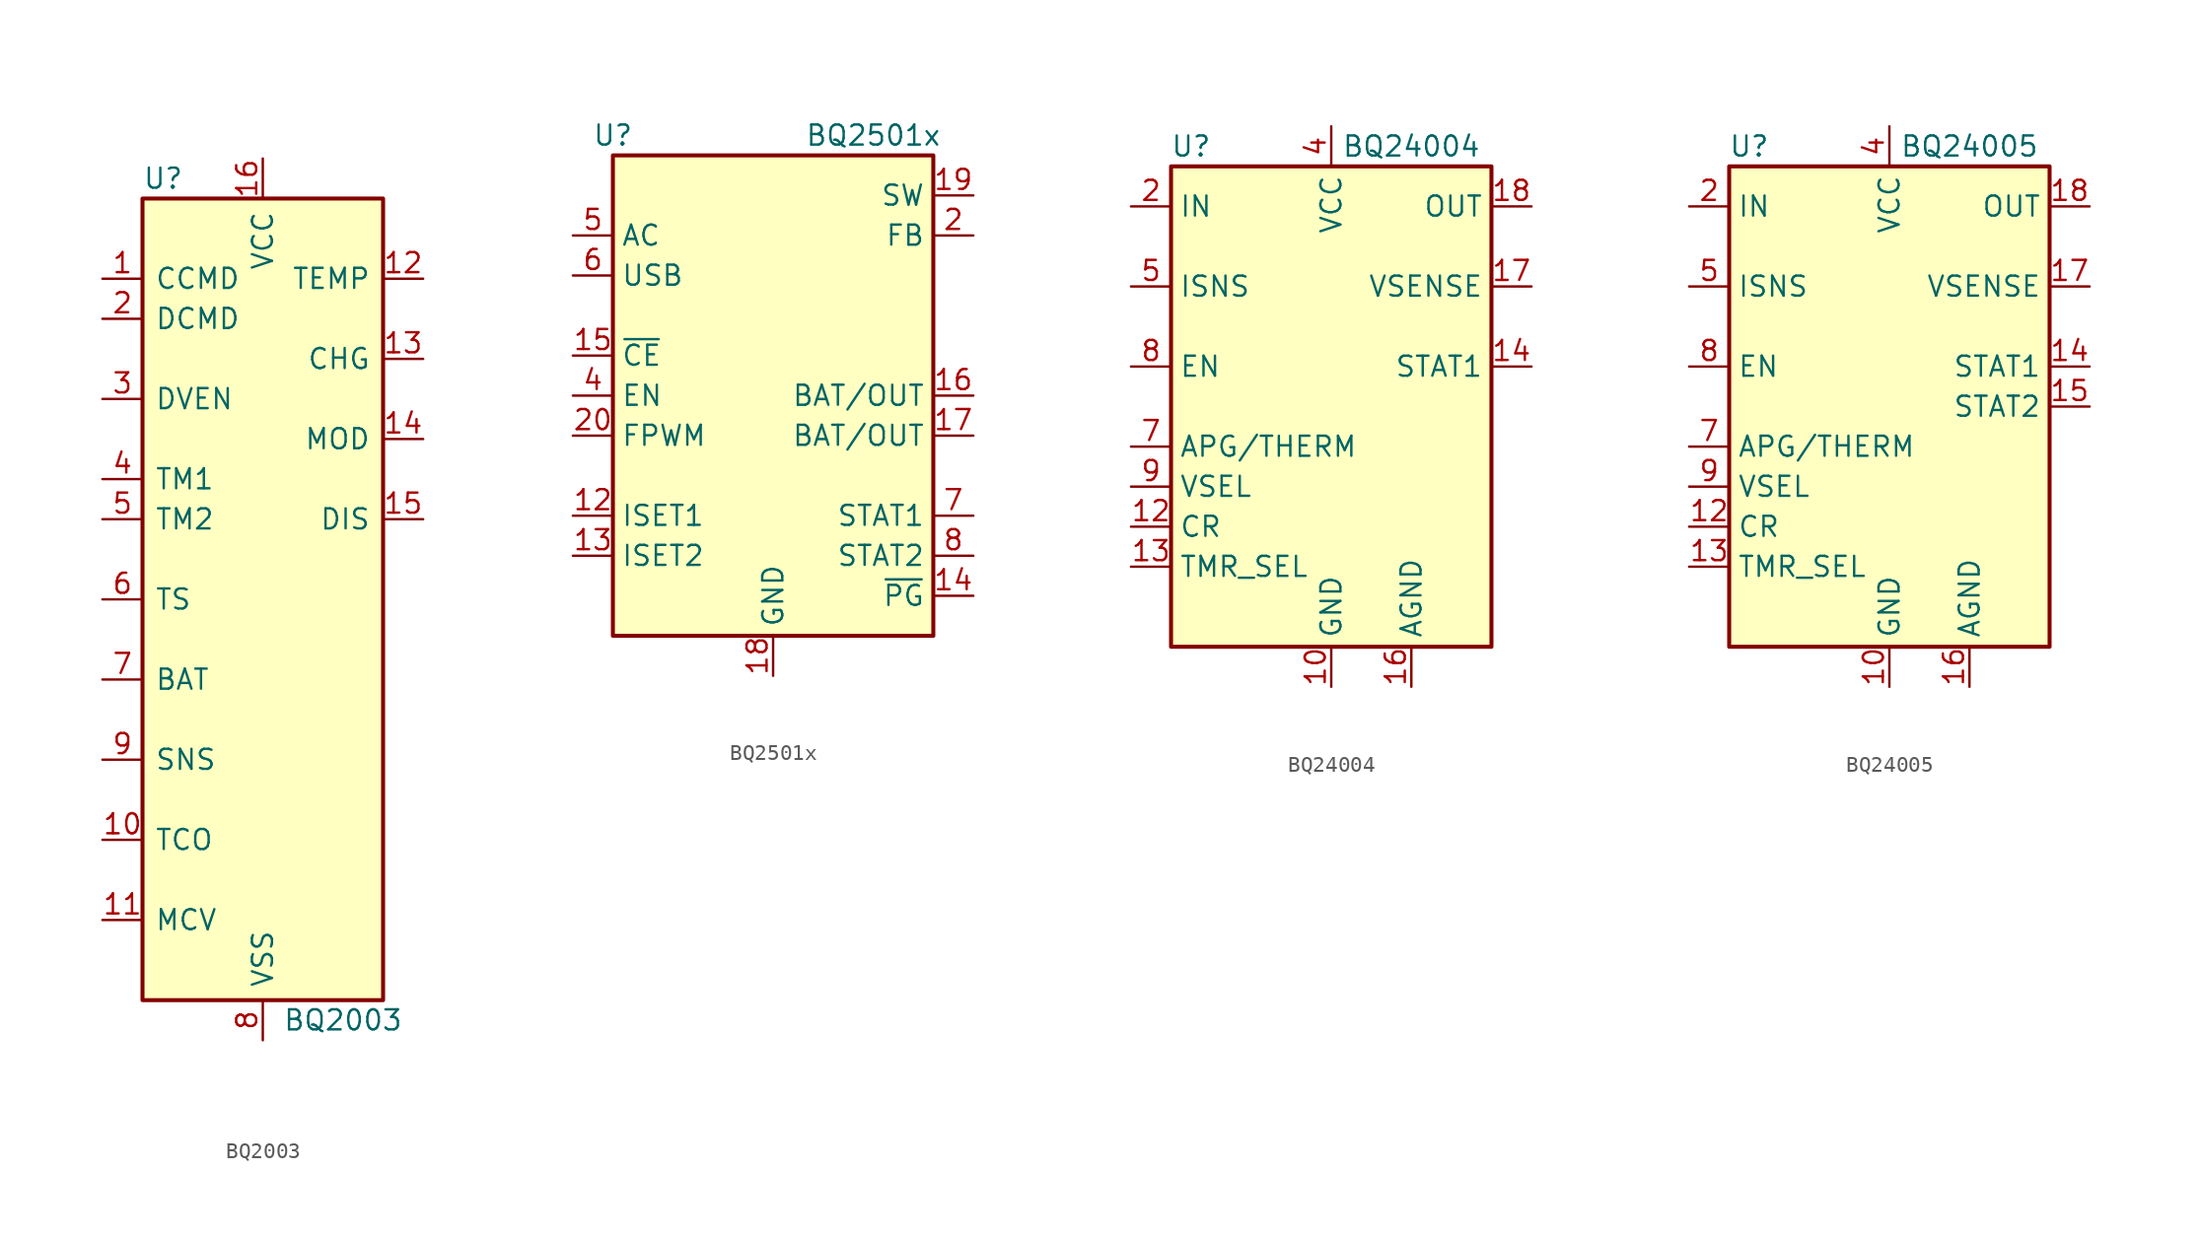
<source format=kicad_sym>
(kicad_symbol_lib
  (version 20201005)
  (generator kicad_symbol_editor)
  (symbol "Battery_Management:BQ2003"
    (pin_names
      (offset 0.762))
    (property "Reference" "U"
      (at -7.62 26.67 0)
      (effects (font (size 1.27 1.27)) (justify left)))
    (property "Value" "BQ2003"
      (at 5.08 -26.67 0)
      (effects (font (size 1.27 1.27))))
    (symbol "BQ2003_0_1"
      (rectangle (start -7.62 -25.4) (end 7.62 25.4) (stroke (width 0.254)) (fill (type background))))
    (symbol "BQ2003_1_1"
      (pin input line (at -10.16 20.32 0) (length 2.54) (name "CCMD" (effects (font (size 1.27 1.27)))) (number "1" (effects (font (size 1.27 1.27)))))
      (pin input line (at -10.16 -15.24 0) (length 2.54) (name "TCO" (effects (font (size 1.27 1.27)))) (number "10" (effects (font (size 1.27 1.27)))))
      (pin input line (at -10.16 -20.32 0) (length 2.54) (name "MCV" (effects (font (size 1.27 1.27)))) (number "11" (effects (font (size 1.27 1.27)))))
      (pin output line (at 10.16 20.32 180) (length 2.54) (name "TEMP" (effects (font (size 1.27 1.27)))) (number "12" (effects (font (size 1.27 1.27)))))
      (pin output line (at 10.16 15.24 180) (length 2.54) (name "CHG" (effects (font (size 1.27 1.27)))) (number "13" (effects (font (size 1.27 1.27)))))
      (pin output line (at 10.16 10.16 180) (length 2.54) (name "MOD" (effects (font (size 1.27 1.27)))) (number "14" (effects (font (size 1.27 1.27)))))
      (pin output line (at 10.16 5.08 180) (length 2.54) (name "DIS" (effects (font (size 1.27 1.27)))) (number "15" (effects (font (size 1.27 1.27)))))
      (pin power_in line (at 0 27.94 270) (length 2.54) (name "VCC" (effects (font (size 1.27 1.27)))) (number "16" (effects (font (size 1.27 1.27)))))
      (pin input line (at -10.16 17.78 0) (length 2.54) (name "DCMD" (effects (font (size 1.27 1.27)))) (number "2" (effects (font (size 1.27 1.27)))))
      (pin input line (at -10.16 12.7 0) (length 2.54) (name "DVEN" (effects (font (size 1.27 1.27)))) (number "3" (effects (font (size 1.27 1.27)))))
      (pin input line (at -10.16 7.62 0) (length 2.54) (name "TM1" (effects (font (size 1.27 1.27)))) (number "4" (effects (font (size 1.27 1.27)))))
      (pin input line (at -10.16 5.08 0) (length 2.54) (name "TM2" (effects (font (size 1.27 1.27)))) (number "5" (effects (font (size 1.27 1.27)))))
      (pin input line (at -10.16 0 0) (length 2.54) (name "TS" (effects (font (size 1.27 1.27)))) (number "6" (effects (font (size 1.27 1.27)))))
      (pin input line (at -10.16 -5.08 0) (length 2.54) (name "BAT" (effects (font (size 1.27 1.27)))) (number "7" (effects (font (size 1.27 1.27)))))
      (pin power_in line (at 0 -27.94 90) (length 2.54) (name "VSS" (effects (font (size 1.27 1.27)))) (number "8" (effects (font (size 1.27 1.27)))))
      (pin input line (at -10.16 -10.16 0) (length 2.54) (name "SNS" (effects (font (size 1.27 1.27)))) (number "9" (effects (font (size 1.27 1.27)))))))
  (symbol "Battery_Management:BQ2501x"
    (property "Reference" "U"
      (at -10.16 16.51 0)
      (effects (font (size 1.27 1.27))))
    (property "Value" "BQ2501x"
      (at 6.35 16.51 0)
      (effects (font (size 1.27 1.27))))
    (symbol "BQ2501x_1_1"
      (rectangle (start -10.16 15.24) (end 10.16 -15.24) (stroke (width 0.254)) (fill (type background)))
      (pin no_connect line (at 10.16 7.62 180) (length 2.54) hide (name "NC" (effects (font (size 1.27 1.27)))) (number "1" (effects (font (size 1.27 1.27)))))
      (pin no_connect line (at 10.16 5.08 180) (length 2.54) hide (name "NC" (effects (font (size 1.27 1.27)))) (number "10" (effects (font (size 1.27 1.27)))))
      (pin no_connect line (at 10.16 2.54 180) (length 2.54) hide (name "NC" (effects (font (size 1.27 1.27)))) (number "11" (effects (font (size 1.27 1.27)))))
      (pin input line (at -12.7 -7.62 0) (length 2.54) (name "ISET1" (effects (font (size 1.27 1.27)))) (number "12" (effects (font (size 1.27 1.27)))))
      (pin input line (at -12.7 -10.16 0) (length 2.54) (name "ISET2" (effects (font (size 1.27 1.27)))) (number "13" (effects (font (size 1.27 1.27)))))
      (pin output line (at 12.7 -12.7 180) (length 2.54) (name "~PG" (effects (font (size 1.27 1.27)))) (number "14" (effects (font (size 1.27 1.27)))))
      (pin input line (at -12.7 2.54 0) (length 2.54) (name "~CE" (effects (font (size 1.27 1.27)))) (number "15" (effects (font (size 1.27 1.27)))))
      (pin power_out line (at 12.7 0 180) (length 2.54) (name "BAT/OUT" (effects (font (size 1.27 1.27)))) (number "16" (effects (font (size 1.27 1.27)))))
      (pin power_in line (at 12.7 -2.54 180) (length 2.54) (name "BAT/OUT" (effects (font (size 1.27 1.27)))) (number "17" (effects (font (size 1.27 1.27)))))
      (pin power_in line (at 0 -17.78 90) (length 2.54) (name "GND" (effects (font (size 1.27 1.27)))) (number "18" (effects (font (size 1.27 1.27)))))
      (pin power_out line (at 12.7 12.7 180) (length 2.54) (name "SW" (effects (font (size 1.27 1.27)))) (number "19" (effects (font (size 1.27 1.27)))))
      (pin input line (at 12.7 10.16 180) (length 2.54) (name "FB" (effects (font (size 1.27 1.27)))) (number "2" (effects (font (size 1.27 1.27)))))
      (pin input line (at -12.7 -2.54 0) (length 2.54) (name "FPWM" (effects (font (size 1.27 1.27)))) (number "20" (effects (font (size 1.27 1.27)))))
      (pin passive line (at 0 -17.78 90) (length 2.54) hide (name "GND" (effects (font (size 1.27 1.27)))) (number "21" (effects (font (size 1.27 1.27)))))
      (pin passive line (at 0 -17.78 90) (length 2.54) hide (name "GND" (effects (font (size 1.27 1.27)))) (number "3" (effects (font (size 1.27 1.27)))))
      (pin input line (at -12.7 0 0) (length 2.54) (name "EN" (effects (font (size 1.27 1.27)))) (number "4" (effects (font (size 1.27 1.27)))))
      (pin power_in line (at -12.7 10.16 0) (length 2.54) (name "AC" (effects (font (size 1.27 1.27)))) (number "5" (effects (font (size 1.27 1.27)))))
      (pin power_in line (at -12.7 7.62 0) (length 2.54) (name "USB" (effects (font (size 1.27 1.27)))) (number "6" (effects (font (size 1.27 1.27)))))
      (pin open_collector line (at 12.7 -7.62 180) (length 2.54) (name "STAT1" (effects (font (size 1.27 1.27)))) (number "7" (effects (font (size 1.27 1.27)))))
      (pin open_collector line (at 12.7 -10.16 180) (length 2.54) (name "STAT2" (effects (font (size 1.27 1.27)))) (number "8" (effects (font (size 1.27 1.27)))))
      (pin passive line (at 0 -17.78 90) (length 2.54) hide (name "GND" (effects (font (size 1.27 1.27)))) (number "9" (effects (font (size 1.27 1.27)))))))
  (symbol "Battery_Management:BQ24004"
    (property "Reference" "U"
      (at -8.89 16.51 0)
      (effects (font (size 1.27 1.27))))
    (property "Value" "BQ24004"
      (at 5.08 16.51 0)
      (effects (font (size 1.27 1.27))))
    (symbol "BQ24004_0_1"
      (rectangle (start -10.16 15.24) (end 10.16 -15.24) (stroke (width 0.254)) (fill (type background))))
    (symbol "BQ24004_1_1"
      (pin no_connect line (at 10.16 -2.54 180) (length 2.54) hide (name "N/C" (effects (font (size 1.27 1.27)))) (number "1" (effects (font (size 1.27 1.27)))))
      (pin power_in line (at 0 -17.78 90) (length 2.54) (name "GND" (effects (font (size 1.27 1.27)))) (number "10" (effects (font (size 1.27 1.27)))))
      (pin no_connect line (at 10.16 -7.62 180) (length 2.54) hide (name "N/C" (effects (font (size 1.27 1.27)))) (number "11" (effects (font (size 1.27 1.27)))))
      (pin input line (at -12.7 -7.62 0) (length 2.54) (name "CR" (effects (font (size 1.27 1.27)))) (number "12" (effects (font (size 1.27 1.27)))))
      (pin input line (at -12.7 -10.16 0) (length 2.54) (name "TMR_SEL" (effects (font (size 1.27 1.27)))) (number "13" (effects (font (size 1.27 1.27)))))
      (pin output line (at 12.7 2.54 180) (length 2.54) (name "STAT1" (effects (font (size 1.27 1.27)))) (number "14" (effects (font (size 1.27 1.27)))))
      (pin no_connect line (at 10.16 0 180) (length 2.54) hide (name "N/C" (effects (font (size 1.27 1.27)))) (number "15" (effects (font (size 1.27 1.27)))))
      (pin power_in line (at 5.08 -17.78 90) (length 2.54) (name "AGND" (effects (font (size 1.27 1.27)))) (number "16" (effects (font (size 1.27 1.27)))))
      (pin input line (at 12.7 7.62 180) (length 2.54) (name "VSENSE" (effects (font (size 1.27 1.27)))) (number "17" (effects (font (size 1.27 1.27)))))
      (pin output line (at 12.7 12.7 180) (length 2.54) (name "OUT" (effects (font (size 1.27 1.27)))) (number "18" (effects (font (size 1.27 1.27)))))
      (pin passive line (at 12.7 12.7 180) (length 2.54) hide (name "OUT" (effects (font (size 1.27 1.27)))) (number "19" (effects (font (size 1.27 1.27)))))
      (pin input line (at -12.7 12.7 0) (length 2.54) (name "IN" (effects (font (size 1.27 1.27)))) (number "2" (effects (font (size 1.27 1.27)))))
      (pin no_connect line (at 10.16 -10.16 180) (length 2.54) hide (name "N/C" (effects (font (size 1.27 1.27)))) (number "20" (effects (font (size 1.27 1.27)))))
      (pin passive line (at 0 -17.78 90) (length 2.54) hide (name "GND" (effects (font (size 1.27 1.27)))) (number "21" (effects (font (size 1.27 1.27)))))
      (pin input line (at -12.7 12.7 0) (length 2.54) hide (name "IN" (effects (font (size 1.27 1.27)))) (number "3" (effects (font (size 1.27 1.27)))))
      (pin power_in line (at 0 17.78 270) (length 2.54) (name "VCC" (effects (font (size 1.27 1.27)))) (number "4" (effects (font (size 1.27 1.27)))))
      (pin input line (at -12.7 7.62 0) (length 2.54) (name "ISNS" (effects (font (size 1.27 1.27)))) (number "5" (effects (font (size 1.27 1.27)))))
      (pin no_connect line (at 10.16 -5.08 180) (length 2.54) hide (name "N/C" (effects (font (size 1.27 1.27)))) (number "6" (effects (font (size 1.27 1.27)))))
      (pin input line (at -12.7 -2.54 0) (length 2.54) (name "APG/THERM" (effects (font (size 1.27 1.27)))) (number "7" (effects (font (size 1.27 1.27)))))
      (pin input line (at -12.7 2.54 0) (length 2.54) (name "EN" (effects (font (size 1.27 1.27)))) (number "8" (effects (font (size 1.27 1.27)))))
      (pin input line (at -12.7 -5.08 0) (length 2.54) (name "VSEL" (effects (font (size 1.27 1.27)))) (number "9" (effects (font (size 1.27 1.27)))))))
  (symbol "Battery_Management:BQ24005"
    (property "Reference" "U"
      (at -8.89 16.51 0)
      (effects (font (size 1.27 1.27))))
    (property "Value" "BQ24005"
      (at 5.08 16.51 0)
      (effects (font (size 1.27 1.27))))
    (symbol "BQ24005_0_1"
      (rectangle (start -10.16 15.24) (end 10.16 -15.24) (stroke (width 0.254)) (fill (type background))))
    (symbol "BQ24005_1_1"
      (pin no_connect line (at 10.16 -2.54 180) (length 2.54) hide (name "N/C" (effects (font (size 1.27 1.27)))) (number "1" (effects (font (size 1.27 1.27)))))
      (pin power_in line (at 0 -17.78 90) (length 2.54) (name "GND" (effects (font (size 1.27 1.27)))) (number "10" (effects (font (size 1.27 1.27)))))
      (pin no_connect line (at 10.16 -7.62 180) (length 2.54) hide (name "N/C" (effects (font (size 1.27 1.27)))) (number "11" (effects (font (size 1.27 1.27)))))
      (pin input line (at -12.7 -7.62 0) (length 2.54) (name "CR" (effects (font (size 1.27 1.27)))) (number "12" (effects (font (size 1.27 1.27)))))
      (pin input line (at -12.7 -10.16 0) (length 2.54) (name "TMR_SEL" (effects (font (size 1.27 1.27)))) (number "13" (effects (font (size 1.27 1.27)))))
      (pin open_collector line (at 12.7 2.54 180) (length 2.54) (name "STAT1" (effects (font (size 1.27 1.27)))) (number "14" (effects (font (size 1.27 1.27)))))
      (pin open_collector line (at 12.7 0 180) (length 2.54) (name "STAT2" (effects (font (size 1.27 1.27)))) (number "15" (effects (font (size 1.27 1.27)))))
      (pin power_in line (at 5.08 -17.78 90) (length 2.54) (name "AGND" (effects (font (size 1.27 1.27)))) (number "16" (effects (font (size 1.27 1.27)))))
      (pin input line (at 12.7 7.62 180) (length 2.54) (name "VSENSE" (effects (font (size 1.27 1.27)))) (number "17" (effects (font (size 1.27 1.27)))))
      (pin output line (at 12.7 12.7 180) (length 2.54) (name "OUT" (effects (font (size 1.27 1.27)))) (number "18" (effects (font (size 1.27 1.27)))))
      (pin passive line (at 12.7 12.7 180) (length 2.54) hide (name "OUT" (effects (font (size 1.27 1.27)))) (number "19" (effects (font (size 1.27 1.27)))))
      (pin input line (at -12.7 12.7 0) (length 2.54) (name "IN" (effects (font (size 1.27 1.27)))) (number "2" (effects (font (size 1.27 1.27)))))
      (pin no_connect line (at 10.16 -10.16 180) (length 2.54) hide (name "N/C" (effects (font (size 1.27 1.27)))) (number "20" (effects (font (size 1.27 1.27)))))
      (pin passive line (at 0 -17.78 90) (length 2.54) hide (name "GND" (effects (font (size 1.27 1.27)))) (number "21" (effects (font (size 1.27 1.27)))))
      (pin input line (at -12.7 12.7 0) (length 2.54) hide (name "IN" (effects (font (size 1.27 1.27)))) (number "3" (effects (font (size 1.27 1.27)))))
      (pin power_in line (at 0 17.78 270) (length 2.54) (name "VCC" (effects (font (size 1.27 1.27)))) (number "4" (effects (font (size 1.27 1.27)))))
      (pin input line (at -12.7 7.62 0) (length 2.54) (name "ISNS" (effects (font (size 1.27 1.27)))) (number "5" (effects (font (size 1.27 1.27)))))
      (pin no_connect line (at 10.16 -5.08 180) (length 2.54) hide (name "N/C" (effects (font (size 1.27 1.27)))) (number "6" (effects (font (size 1.27 1.27)))))
      (pin input line (at -12.7 -2.54 0) (length 2.54) (name "APG/THERM" (effects (font (size 1.27 1.27)))) (number "7" (effects (font (size 1.27 1.27)))))
      (pin input line (at -12.7 2.54 0) (length 2.54) (name "EN" (effects (font (size 1.27 1.27)))) (number "8" (effects (font (size 1.27 1.27)))))
      (pin input line (at -12.7 -5.08 0) (length 2.54) (name "VSEL" (effects (font (size 1.27 1.27)))) (number "9" (effects (font (size 1.27 1.27))))))))
</source>
